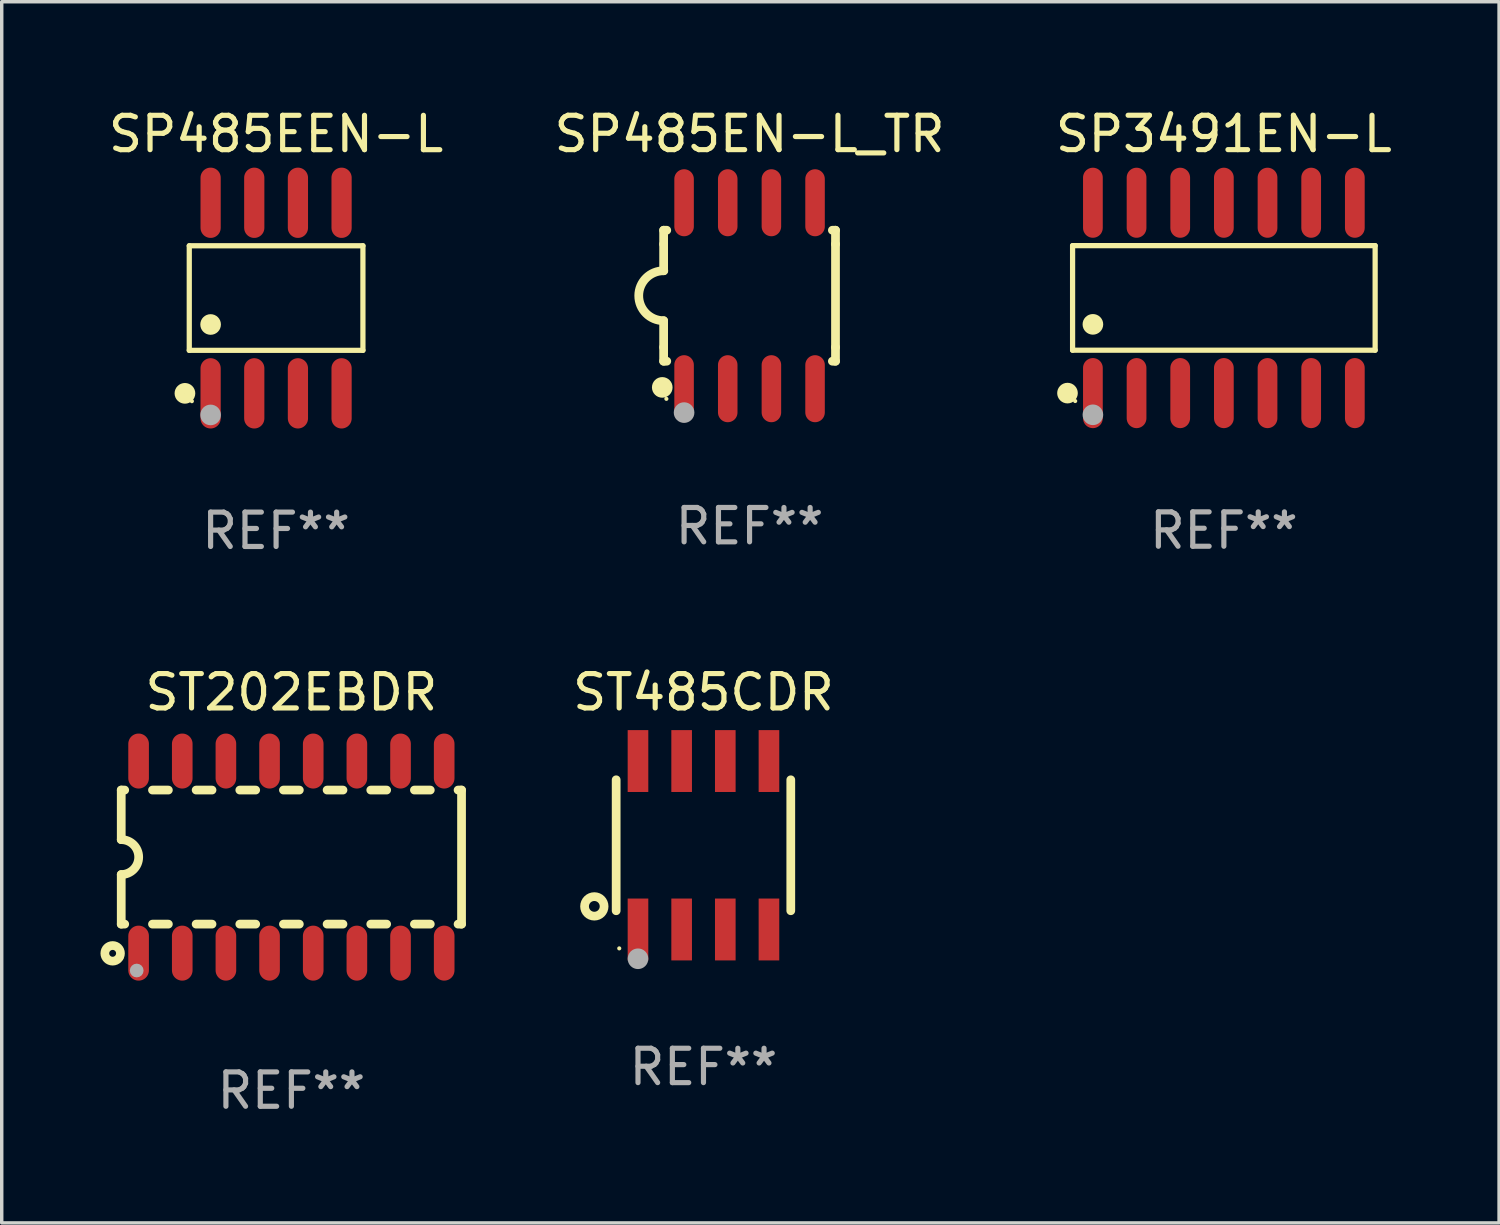
<source format=kicad_pcb>
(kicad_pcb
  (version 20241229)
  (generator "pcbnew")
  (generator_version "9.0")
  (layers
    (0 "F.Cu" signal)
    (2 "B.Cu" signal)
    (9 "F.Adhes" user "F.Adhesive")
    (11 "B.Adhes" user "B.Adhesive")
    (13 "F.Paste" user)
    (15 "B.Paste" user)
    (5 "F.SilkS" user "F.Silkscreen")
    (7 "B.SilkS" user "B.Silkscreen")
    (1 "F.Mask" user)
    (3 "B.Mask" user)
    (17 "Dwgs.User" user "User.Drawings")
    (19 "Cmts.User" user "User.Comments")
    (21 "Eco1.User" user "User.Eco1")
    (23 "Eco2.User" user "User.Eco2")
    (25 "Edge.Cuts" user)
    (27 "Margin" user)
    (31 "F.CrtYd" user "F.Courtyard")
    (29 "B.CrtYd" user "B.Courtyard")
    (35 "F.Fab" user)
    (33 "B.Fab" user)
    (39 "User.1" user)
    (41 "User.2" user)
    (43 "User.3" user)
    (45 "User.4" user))
  (footprint "ST202EBDR"
    (layer "F.Cu")
    (at 5.427 21.884)
    (property "Reference" "ST202EBDR" (at 0 -4.794 0) (layer "F.SilkS") (effects (font (size 1 1) (thickness 0.15))))
    (attr through_hole)
    (fp_line (start -4.95 -1.95) (end -4.95 -0.508) (stroke (width 0.254) (type solid)) (layer "F.SilkS"))
    (fp_line (start -4.95 -1.95) (end -4.849 -1.95) (stroke (width 0.254) (type solid)) (layer "F.SilkS"))
    (fp_line (start -4.95 1.95) (end -4.95 0.508) (stroke (width 0.254) (type solid)) (layer "F.SilkS"))
    (fp_line (start -4.95 1.95) (end -4.849 1.95) (stroke (width 0.254) (type solid)) (layer "F.SilkS"))
    (fp_line (start -4.041 -1.95) (end -3.579 -1.95) (stroke (width 0.254) (type solid)) (layer "F.SilkS"))
    (fp_line (start -4.041 1.95) (end -3.579 1.95) (stroke (width 0.254) (type solid)) (layer "F.SilkS"))
    (fp_line (start -2.771 -1.95) (end -2.309 -1.95) (stroke (width 0.254) (type solid)) (layer "F.SilkS"))
    (fp_line (start -2.771 1.95) (end -2.309 1.95) (stroke (width 0.254) (type solid)) (layer "F.SilkS"))
    (fp_line (start -1.501 -1.95) (end -1.039 -1.95) (stroke (width 0.254) (type solid)) (layer "F.SilkS"))
    (fp_line (start -1.501 1.95) (end -1.039 1.95) (stroke (width 0.254) (type solid)) (layer "F.SilkS"))
    (fp_line (start -0.231 -1.95) (end 0.231 -1.95) (stroke (width 0.254) (type solid)) (layer "F.SilkS"))
    (fp_line (start -0.231 1.95) (end 0.231 1.95) (stroke (width 0.254) (type solid)) (layer "F.SilkS"))
    (fp_line (start 1.039 -1.95) (end 1.501 -1.95) (stroke (width 0.254) (type solid)) (layer "F.SilkS"))
    (fp_line (start 1.039 1.95) (end 1.501 1.95) (stroke (width 0.254) (type solid)) (layer "F.SilkS"))
    (fp_line (start 2.309 -1.95) (end 2.771 -1.95) (stroke (width 0.254) (type solid)) (layer "F.SilkS"))
    (fp_line (start 2.309 1.95) (end 2.771 1.95) (stroke (width 0.254) (type solid)) (layer "F.SilkS"))
    (fp_line (start 3.579 -1.95) (end 4.041 -1.95) (stroke (width 0.254) (type solid)) (layer "F.SilkS"))
    (fp_line (start 3.579 1.95) (end 4.041 1.95) (stroke (width 0.254) (type solid)) (layer "F.SilkS"))
    (fp_line (start 4.849 -1.95) (end 4.95 -1.95) (stroke (width 0.254) (type solid)) (layer "F.SilkS"))
    (fp_line (start 4.849 1.95) (end 4.95 1.95) (stroke (width 0.254) (type solid)) (layer "F.SilkS"))
    (fp_line (start 4.95 -1.95) (end 4.95 1.95) (stroke (width 0.254) (type solid)) (layer "F.SilkS"))
    (fp_arc (start -4.95047 -0.508001) (mid -4.442469 -0.000228) (end -4.950013 0.508001) (stroke (width 0.254001) (type solid)) (layer "F.SilkS"))
    (fp_circle (center -5.2 2.8) (end -5.1 2.8) (stroke (width 0.254) (type solid)) (fill no) (layer "F.SilkS"))
    (fp_circle (center -4.95 2.947) (end -4.92 2.947) (stroke (width 0.06) (type solid)) (fill no) (layer "F.SilkS"))
    (fp_circle (center -4.5 3.3) (end -4.4 3.3) (stroke (width 0.2) (type solid)) (fill no) (layer "F.Fab"))
    (fp_text user "REF**" (at 0 6.794 0) (layer "F.Fab") (effects (font (size 1 1) (thickness 0.15))))
    (pad "1" smd oval (at -4.445 2.794) (size 0.6 1.6) (layers "F.Cu" "F.Mask" "F.Paste"))
    (pad "2" smd oval (at -3.175 2.794) (size 0.6 1.6) (layers "F.Cu" "F.Mask" "F.Paste"))
    (pad "3" smd oval (at -1.905 2.794) (size 0.6 1.6) (layers "F.Cu" "F.Mask" "F.Paste"))
    (pad "4" smd oval (at -0.635 2.794) (size 0.6 1.6) (layers "F.Cu" "F.Mask" "F.Paste"))
    (pad "5" smd oval (at 0.635 2.794) (size 0.6 1.6) (layers "F.Cu" "F.Mask" "F.Paste"))
    (pad "6" smd oval (at 1.905 2.794) (size 0.6 1.6) (layers "F.Cu" "F.Mask" "F.Paste"))
    (pad "7" smd oval (at 3.175 2.794) (size 0.6 1.6) (layers "F.Cu" "F.Mask" "F.Paste"))
    (pad "8" smd oval (at 4.445 2.794) (size 0.6 1.6) (layers "F.Cu" "F.Mask" "F.Paste"))
    (pad "9" smd oval (at 4.445 -2.794) (size 0.6 1.6) (layers "F.Cu" "F.Mask" "F.Paste"))
    (pad "10" smd oval (at 3.175 -2.794) (size 0.6 1.6) (layers "F.Cu" "F.Mask" "F.Paste"))
    (pad "11" smd oval (at 1.905 -2.794) (size 0.6 1.6) (layers "F.Cu" "F.Mask" "F.Paste"))
    (pad "12" smd oval (at 0.635 -2.794) (size 0.6 1.6) (layers "F.Cu" "F.Mask" "F.Paste"))
    (pad "13" smd oval (at -0.635 -2.794) (size 0.6 1.6) (layers "F.Cu" "F.Mask" "F.Paste"))
    (pad "14" smd oval (at -1.905 -2.794) (size 0.6 1.6) (layers "F.Cu" "F.Mask" "F.Paste"))
    (pad "15" smd oval (at -3.175 -2.794) (size 0.6 1.6) (layers "F.Cu" "F.Mask" "F.Paste"))
    (pad "16" smd oval (at -4.445 -2.794) (size 0.6 1.6) (layers "F.Cu" "F.Mask" "F.Paste")))
  (footprint "SP485EN-L_TR"
    (layer "F.Cu")
    (at 18.756 5.553)
    (property "Reference" "SP485EN-L_TR" (at 0 -4.705 0) (layer "F.SilkS") (effects (font (size 1 1) (thickness 0.15))))
    (attr through_hole)
    (fp_line (start -2.5 -1.905) (end -2.409 -1.905) (stroke (width 0.254) (type solid)) (layer "F.SilkS"))
    (fp_line (start -2.5 -1.5) (end -2.5 -1.905) (stroke (width 0.254) (type solid)) (layer "F.SilkS"))
    (fp_line (start -2.5 -1.5) (end -2.5 -0.726) (stroke (width 0.254) (type solid)) (layer "F.SilkS"))
    (fp_line (start -2.5 1.5) (end -2.5 0.727) (stroke (width 0.254) (type solid)) (layer "F.SilkS"))
    (fp_line (start -2.5 1.5) (end -2.5 1.905) (stroke (width 0.254) (type solid)) (layer "F.SilkS"))
    (fp_line (start -2.5 1.905) (end -2.409 1.905) (stroke (width 0.254) (type solid)) (layer "F.SilkS"))
    (fp_line (start 2.5 -1.905) (end 2.409 -1.905) (stroke (width 0.254) (type solid)) (layer "F.SilkS"))
    (fp_line (start 2.5 -1.5) (end 2.5 -1.905) (stroke (width 0.254) (type solid)) (layer "F.SilkS"))
    (fp_line (start 2.5 -1.5) (end 2.5 1.5) (stroke (width 0.254) (type solid)) (layer "F.SilkS"))
    (fp_line (start 2.5 1.5) (end 2.5 1.905) (stroke (width 0.254) (type solid)) (layer "F.SilkS"))
    (fp_line (start 2.5 1.905) (end 2.409 1.905) (stroke (width 0.254) (type solid)) (layer "F.SilkS"))
    (fp_arc (start -2.5 0.726568) (mid -3.220316 -0.0023) (end -2.495097 -0.726289) (stroke (width 0.254001) (type solid)) (layer "F.SilkS"))
    (fp_circle (center -2.54 2.667) (end -2.39 2.667) (stroke (width 0.3) (type solid)) (fill no) (layer "F.SilkS"))
    (fp_circle (center -2.42 3) (end -2.39 3) (stroke (width 0.06) (type solid)) (fill no) (layer "F.SilkS"))
    (fp_circle (center -1.905 3.4) (end -1.755 3.4) (stroke (width 0.3) (type solid)) (fill no) (layer "F.Fab"))
    (fp_text user "REF**" (at 0 6.705 0) (layer "F.Fab") (effects (font (size 1 1) (thickness 0.15))))
    (pad "1" smd oval (at -1.905 2.705) (size 0.568 1.95) (layers "F.Cu" "F.Mask" "F.Paste"))
    (pad "2" smd oval (at -0.635 2.705) (size 0.568 1.95) (layers "F.Cu" "F.Mask" "F.Paste"))
    (pad "3" smd oval (at 0.635 2.705) (size 0.568 1.95) (layers "F.Cu" "F.Mask" "F.Paste"))
    (pad "4" smd oval (at 1.905 2.705) (size 0.568 1.95) (layers "F.Cu" "F.Mask" "F.Paste"))
    (pad "5" smd oval (at 1.905 -2.705) (size 0.568 1.95) (layers "F.Cu" "F.Mask" "F.Paste"))
    (pad "6" smd oval (at 0.635 -2.705) (size 0.568 1.95) (layers "F.Cu" "F.Mask" "F.Paste"))
    (pad "7" smd oval (at -0.635 -2.705) (size 0.568 1.95) (layers "F.Cu" "F.Mask" "F.Paste"))
    (pad "8" smd oval (at -1.905 -2.705) (size 0.568 1.95) (layers "F.Cu" "F.Mask" "F.Paste")))
  (footprint "SP3491EN-L"
    (layer "F.Cu")
    (at 32.554 5.617)
    (property "Reference" "SP3491EN-L" (at 0 -4.769 0) (layer "F.SilkS") (effects (font (size 1 1) (thickness 0.15))))
    (attr through_hole)
    (fp_line (start -4.401 -1.521) (end 4.401 -1.521) (stroke (width 0.152) (type solid)) (layer "F.SilkS"))
    (fp_line (start -4.401 1.521) (end -4.401 -1.521) (stroke (width 0.152) (type solid)) (layer "F.SilkS"))
    (fp_line (start 4.401 -1.521) (end 4.401 1.521) (stroke (width 0.152) (type solid)) (layer "F.SilkS"))
    (fp_line (start 4.401 1.521) (end -4.401 1.521) (stroke (width 0.152) (type solid)) (layer "F.SilkS"))
    (fp_circle (center -4.549 2.769) (end -4.399 2.769) (stroke (width 0.3) (type solid)) (fill no) (layer "F.SilkS"))
    (fp_circle (center -4.325 3) (end -4.295 3) (stroke (width 0.06) (type solid)) (fill no) (layer "F.SilkS"))
    (fp_circle (center -3.81 0.769) (end -3.66 0.769) (stroke (width 0.3) (type solid)) (fill no) (layer "F.SilkS"))
    (fp_circle (center -3.81 3.4) (end -3.66 3.4) (stroke (width 0.3) (type solid)) (fill no) (layer "F.Fab"))
    (fp_text user "REF**" (at 0 6.769 0) (layer "F.Fab") (effects (font (size 1 1) (thickness 0.15))))
    (pad "1" smd oval (at -3.81 2.769) (size 0.574 2.038) (layers "F.Cu" "F.Mask" "F.Paste"))
    (pad "2" smd oval (at -2.54 2.769) (size 0.574 2.038) (layers "F.Cu" "F.Mask" "F.Paste"))
    (pad "3" smd oval (at -1.27 2.769) (size 0.574 2.038) (layers "F.Cu" "F.Mask" "F.Paste"))
    (pad "4" smd oval (at 0 2.769) (size 0.574 2.038) (layers "F.Cu" "F.Mask" "F.Paste"))
    (pad "5" smd oval (at 1.27 2.769) (size 0.574 2.038) (layers "F.Cu" "F.Mask" "F.Paste"))
    (pad "6" smd oval (at 2.54 2.769) (size 0.574 2.038) (layers "F.Cu" "F.Mask" "F.Paste"))
    (pad "7" smd oval (at 3.81 2.769) (size 0.574 2.038) (layers "F.Cu" "F.Mask" "F.Paste"))
    (pad "8" smd oval (at 3.81 -2.769) (size 0.574 2.038) (layers "F.Cu" "F.Mask" "F.Paste"))
    (pad "9" smd oval (at 2.54 -2.769) (size 0.574 2.038) (layers "F.Cu" "F.Mask" "F.Paste"))
    (pad "10" smd oval (at 1.27 -2.769) (size 0.574 2.038) (layers "F.Cu" "F.Mask" "F.Paste"))
    (pad "11" smd oval (at 0 -2.769) (size 0.574 2.038) (layers "F.Cu" "F.Mask" "F.Paste"))
    (pad "12" smd oval (at -1.27 -2.769) (size 0.574 2.038) (layers "F.Cu" "F.Mask" "F.Paste"))
    (pad "13" smd oval (at -2.54 -2.769) (size 0.574 2.038) (layers "F.Cu" "F.Mask" "F.Paste"))
    (pad "14" smd oval (at -3.81 -2.769) (size 0.574 2.038) (layers "F.Cu" "F.Mask" "F.Paste")))
  (footprint "ST485CDR"
    (layer "F.Cu")
    (at 17.415 21.54)
    (property "Reference" "ST485CDR" (at 0 -4.45 0) (layer "F.SilkS") (effects (font (size 1 1) (thickness 0.15))))
    (attr through_hole)
    (fp_line (start -2.54 -1.905) (end -2.54 1.905) (stroke (width 0.254) (type solid)) (layer "F.SilkS"))
    (fp_line (start 2.54 -1.905) (end 2.54 1.905) (stroke (width 0.254) (type solid)) (layer "F.SilkS"))
    (fp_circle (center -3.175 1.778) (end -2.891 1.778) (stroke (width 0.254) (type solid)) (fill no) (layer "F.SilkS"))
    (fp_circle (center -2.45 3) (end -2.42 3) (stroke (width 0.06) (type solid)) (fill no) (layer "F.SilkS"))
    (fp_circle (center -1.905 3.302) (end -1.755 3.302) (stroke (width 0.3) (type solid)) (fill no) (layer "F.Fab"))
    (fp_text user "REF**" (at 0 6.45 0) (layer "F.Fab") (effects (font (size 1 1) (thickness 0.15))))
    (pad "1" smd rect (at -1.905 2.45) (size 0.6 1.8) (layers "F.Cu" "F.Mask" "F.Paste"))
    (pad "2" smd rect (at -0.635 2.45) (size 0.6 1.8) (layers "F.Cu" "F.Mask" "F.Paste"))
    (pad "3" smd rect (at 0.635 2.45) (size 0.6 1.8) (layers "F.Cu" "F.Mask" "F.Paste"))
    (pad "4" smd rect (at 1.905 2.45) (size 0.6 1.8) (layers "F.Cu" "F.Mask" "F.Paste"))
    (pad "5" smd rect (at 1.905 -2.45 180) (size 0.6 1.8) (layers "F.Cu" "F.Mask" "F.Paste"))
    (pad "6" smd rect (at 0.635 -2.45 180) (size 0.6 1.8) (layers "F.Cu" "F.Mask" "F.Paste"))
    (pad "7" smd rect (at -0.635 -2.45 180) (size 0.6 1.8) (layers "F.Cu" "F.Mask" "F.Paste"))
    (pad "8" smd rect (at -1.905 -2.45 180) (size 0.6 1.8) (layers "F.Cu" "F.Mask" "F.Paste")))
  (footprint "SP485EEN-L"
    (layer "F.Cu")
    (at 4.982 5.621)
    (property "Reference" "SP485EEN-L" (at 0 -4.772 0) (layer "F.SilkS") (effects (font (size 1 1) (thickness 0.15))))
    (attr through_hole)
    (fp_line (start -2.526 -1.521) (end 2.526 -1.521) (stroke (width 0.152) (type solid)) (layer "F.SilkS"))
    (fp_line (start -2.526 1.521) (end -2.526 -1.521) (stroke (width 0.152) (type solid)) (layer "F.SilkS"))
    (fp_line (start 2.526 -1.521) (end 2.526 1.521) (stroke (width 0.152) (type solid)) (layer "F.SilkS"))
    (fp_line (start 2.526 1.521) (end -2.526 1.521) (stroke (width 0.152) (type solid)) (layer "F.SilkS"))
    (fp_circle (center -2.652 2.772) (end -2.501 2.772) (stroke (width 0.3) (type solid)) (fill no) (layer "F.SilkS"))
    (fp_circle (center -2.45 3) (end -2.42 3) (stroke (width 0.06) (type solid)) (fill no) (layer "F.SilkS"))
    (fp_circle (center -1.905 0.769) (end -1.755 0.769) (stroke (width 0.3) (type solid)) (fill no) (layer "F.SilkS"))
    (fp_circle (center -1.905 3.4) (end -1.755 3.4) (stroke (width 0.3) (type solid)) (fill no) (layer "F.Fab"))
    (fp_text user "REF**" (at 0 6.772 0) (layer "F.Fab") (effects (font (size 1 1) (thickness 0.15))))
    (pad "1" smd oval (at -1.905 2.772) (size 0.588 2.045) (layers "F.Cu" "F.Mask" "F.Paste"))
    (pad "2" smd oval (at -0.635 2.772) (size 0.588 2.045) (layers "F.Cu" "F.Mask" "F.Paste"))
    (pad "3" smd oval (at 0.635 2.772) (size 0.588 2.045) (layers "F.Cu" "F.Mask" "F.Paste"))
    (pad "4" smd oval (at 1.905 2.772) (size 0.588 2.045) (layers "F.Cu" "F.Mask" "F.Paste"))
    (pad "5" smd oval (at 1.905 -2.772) (size 0.588 2.045) (layers "F.Cu" "F.Mask" "F.Paste"))
    (pad "6" smd oval (at 0.635 -2.772) (size 0.588 2.045) (layers "F.Cu" "F.Mask" "F.Paste"))
    (pad "7" smd oval (at -0.635 -2.772) (size 0.588 2.045) (layers "F.Cu" "F.Mask" "F.Paste"))
    (pad "8" smd oval (at -1.905 -2.772) (size 0.588 2.045) (layers "F.Cu" "F.Mask" "F.Paste")))
  (gr_rect
    (start -3 -3)
    (end 40.56 32.526)
    (stroke (width 0.1) (type default))
    (fill no)
    (layer "Edge.Cuts")))
</source>
